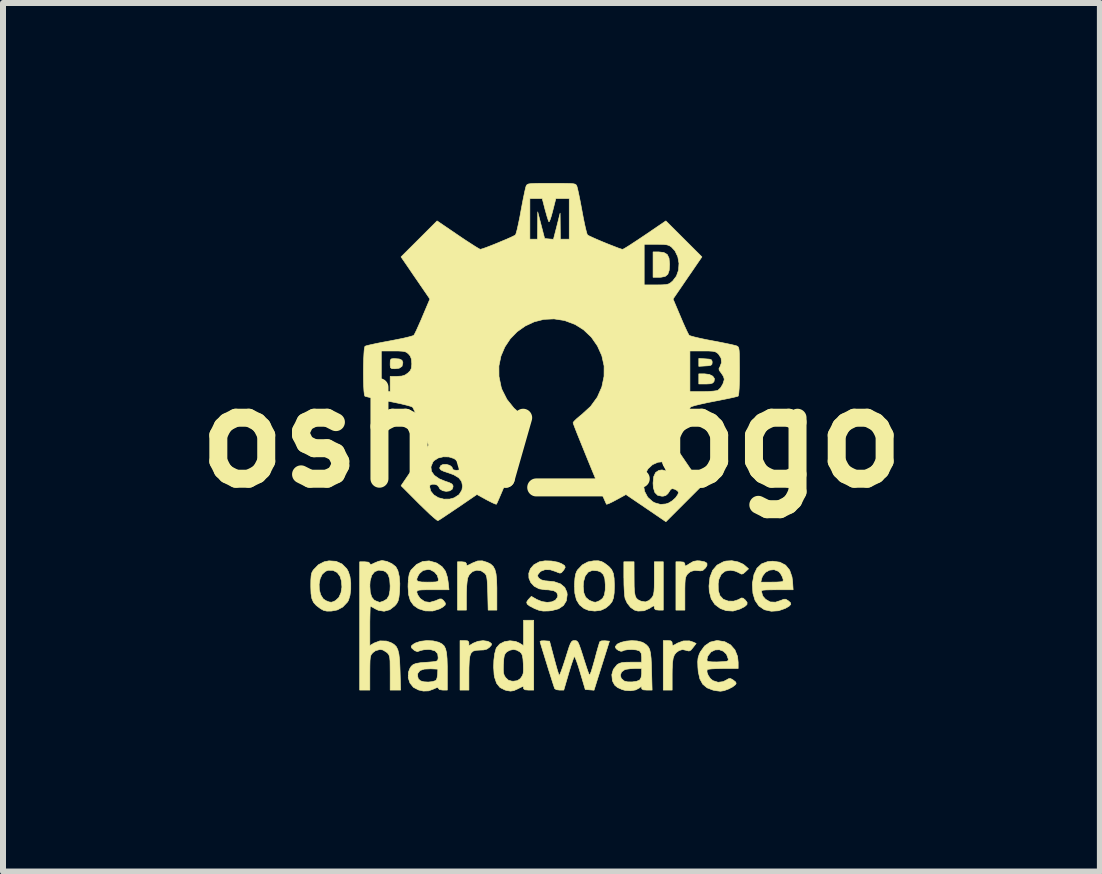
<source format=kicad_pcb>
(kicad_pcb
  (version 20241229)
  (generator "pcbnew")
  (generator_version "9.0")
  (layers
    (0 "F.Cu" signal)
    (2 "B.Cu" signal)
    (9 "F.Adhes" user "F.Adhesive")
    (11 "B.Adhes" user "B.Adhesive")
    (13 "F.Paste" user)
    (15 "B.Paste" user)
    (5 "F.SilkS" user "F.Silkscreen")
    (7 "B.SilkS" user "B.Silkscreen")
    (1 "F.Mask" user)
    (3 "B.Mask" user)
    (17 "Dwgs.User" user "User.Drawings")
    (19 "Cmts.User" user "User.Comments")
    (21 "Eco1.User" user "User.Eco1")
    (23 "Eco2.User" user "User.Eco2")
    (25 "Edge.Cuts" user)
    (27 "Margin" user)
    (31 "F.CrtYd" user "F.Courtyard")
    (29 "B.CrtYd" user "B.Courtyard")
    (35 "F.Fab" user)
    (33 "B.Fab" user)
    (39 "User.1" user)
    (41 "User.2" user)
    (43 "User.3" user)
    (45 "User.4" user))
  (footprint "oshw_logo"
    (layer "F.Cu")
    (at 6.14 4.238)
    (property "Reference" "oshw_logo" (at 0 0 0) (layer "F.SilkS") (effects (font (size 1.524 1.524) (thickness 0.3))))
    (attr through_hole)
    (fp_poly (pts (xy 2.566 -1.308) (xy 2.631 -1.303) (xy 2.664 -1.292) (xy 2.676 -1.271) (xy 2.678 -1.249) (xy 2.674 -1.218) (xy 2.656 -1.201) (xy 2.613 -1.193) (xy 2.566 -1.19) (xy 2.455 -1.183) (xy 2.455 -1.315) (xy 2.566 -1.308)) (stroke (width 0.01) (type solid)) (fill yes) (layer "F.SilkS"))
    (fp_poly (pts (xy 2.631 -1.048) (xy 2.688 -1.019) (xy 2.716 -0.978) (xy 2.709 -0.931) (xy 2.687 -0.906) (xy 2.648 -0.893) (xy 2.58 -0.889) (xy 2.571 -0.889) (xy 2.455 -0.889) (xy 2.455 -1.058) (xy 2.551 -1.058) (xy 2.631 -1.048)) (stroke (width 0.01) (type solid)) (fill yes) (layer "F.SilkS"))
    (fp_poly (pts (xy 1.873 -3.08) (xy 1.929 -3.047) (xy 1.959 -2.985) (xy 1.968 -2.89) (xy 1.968 -2.883) (xy 1.962 -2.784) (xy 1.939 -2.718) (xy 1.895 -2.682) (xy 1.825 -2.668) (xy 1.798 -2.667) (xy 1.693 -2.667) (xy 1.693 -3.09) (xy 1.789 -3.09) (xy 1.873 -3.08)) (stroke (width 0.01) (type solid)) (fill yes) (layer "F.SilkS"))
    (fp_poly (pts (xy -2.537 -1.306) (xy -2.492 -1.285) (xy -2.477 -1.247) (xy -2.477 -1.24) (xy -2.491 -1.183) (xy -2.538 -1.152) (xy -2.608 -1.143) (xy -2.659 -1.145) (xy -2.682 -1.16) (xy -2.688 -1.2) (xy -2.688 -1.228) (xy -2.686 -1.282) (xy -2.672 -1.306) (xy -2.636 -1.312) (xy -2.616 -1.312) (xy -2.537 -1.306)) (stroke (width 0.01) (type solid)) (fill yes) (layer "F.SilkS"))
    (fp_poly (pts (xy -1.399 3.391) (xy -1.379 3.409) (xy -1.376 3.431) (xy -1.376 3.475) (xy -1.305 3.431) (xy -1.226 3.399) (xy -1.14 3.388) (xy -1.062 3.399) (xy -1.025 3.417) (xy -0.999 3.44) (xy -1 3.46) (xy -1.029 3.494) (xy -1.032 3.497) (xy -1.076 3.529) (xy -1.132 3.543) (xy -1.188 3.545) (xy -1.255 3.549) (xy -1.304 3.562) (xy -1.338 3.592) (xy -1.359 3.643) (xy -1.37 3.722) (xy -1.375 3.833) (xy -1.376 3.929) (xy -1.376 4.212) (xy -1.524 4.212) (xy -1.524 3.387) (xy -1.45 3.387) (xy -1.399 3.391)) (stroke (width 0.01) (type solid)) (fill yes) (layer "F.SilkS"))
    (fp_poly (pts (xy 1.988 3.391) (xy 2.008 3.41) (xy 2.011 3.429) (xy 2.013 3.46) (xy 2.026 3.468) (xy 2.06 3.453) (xy 2.1 3.429) (xy 2.197 3.393) (xy 2.299 3.392) (xy 2.358 3.411) (xy 2.411 3.435) (xy 2.358 3.504) (xy 2.322 3.547) (xy 2.292 3.561) (xy 2.254 3.553) (xy 2.242 3.549) (xy 2.184 3.536) (xy 2.133 3.551) (xy 2.121 3.557) (xy 2.079 3.587) (xy 2.048 3.626) (xy 2.028 3.681) (xy 2.017 3.759) (xy 2.012 3.868) (xy 2.011 3.953) (xy 2.011 4.212) (xy 1.863 4.212) (xy 1.863 3.387) (xy 1.937 3.387) (xy 1.988 3.391)) (stroke (width 0.01) (type solid)) (fill yes) (layer "F.SilkS"))
    (fp_poly (pts (xy 2.473 2.059) (xy 2.551 2.074) (xy 2.59 2.097) (xy 2.592 2.133) (xy 2.568 2.175) (xy 2.523 2.217) (xy 2.484 2.225) (xy 2.388 2.217) (xy 2.318 2.236) (xy 2.271 2.274) (xy 2.251 2.3) (xy 2.238 2.329) (xy 2.229 2.369) (xy 2.225 2.428) (xy 2.223 2.515) (xy 2.223 2.605) (xy 2.223 2.879) (xy 2.074 2.879) (xy 2.074 2.074) (xy 2.148 2.074) (xy 2.2 2.079) (xy 2.22 2.098) (xy 2.223 2.116) (xy 2.225 2.14) (xy 2.239 2.142) (xy 2.274 2.122) (xy 2.302 2.104) (xy 2.366 2.067) (xy 2.428 2.057) (xy 2.473 2.059)) (stroke (width 0.01) (type solid)) (fill yes) (layer "F.SilkS"))
    (fp_poly (pts (xy -1.069 2.084) (xy -1.013 2.112) (xy -0.972 2.15) (xy -0.943 2.202) (xy -0.924 2.275) (xy -0.914 2.376) (xy -0.91 2.51) (xy -0.91 2.566) (xy -0.91 2.879) (xy -1.055 2.879) (xy -1.062 2.595) (xy -1.066 2.476) (xy -1.071 2.391) (xy -1.078 2.334) (xy -1.089 2.297) (xy -1.105 2.272) (xy -1.107 2.269) (xy -1.173 2.224) (xy -1.245 2.214) (xy -1.315 2.236) (xy -1.37 2.289) (xy -1.396 2.344) (xy -1.405 2.399) (xy -1.413 2.483) (xy -1.417 2.583) (xy -1.418 2.651) (xy -1.418 2.879) (xy -1.566 2.879) (xy -1.566 2.074) (xy -1.492 2.074) (xy -1.437 2.081) (xy -1.418 2.103) (xy -1.418 2.106) (xy -1.415 2.129) (xy -1.401 2.135) (xy -1.367 2.121) (xy -1.318 2.095) (xy -1.231 2.06) (xy -1.152 2.058) (xy -1.069 2.084)) (stroke (width 0.01) (type solid)) (fill yes) (layer "F.SilkS"))
    (fp_poly (pts (xy 1.377 2.355) (xy 1.378 2.482) (xy 1.383 2.573) (xy 1.394 2.636) (xy 1.412 2.678) (xy 1.441 2.706) (xy 1.482 2.726) (xy 1.491 2.73) (xy 1.565 2.743) (xy 1.627 2.718) (xy 1.672 2.673) (xy 1.69 2.646) (xy 1.702 2.613) (xy 1.709 2.566) (xy 1.713 2.496) (xy 1.714 2.395) (xy 1.714 2.347) (xy 1.714 2.074) (xy 1.863 2.074) (xy 1.863 2.879) (xy 1.789 2.879) (xy 1.737 2.874) (xy 1.717 2.855) (xy 1.714 2.837) (xy 1.712 2.813) (xy 1.698 2.81) (xy 1.663 2.83) (xy 1.637 2.848) (xy 1.542 2.89) (xy 1.442 2.895) (xy 1.386 2.88) (xy 1.319 2.834) (xy 1.261 2.761) (xy 1.227 2.686) (xy 1.219 2.638) (xy 1.213 2.557) (xy 1.208 2.457) (xy 1.207 2.347) (xy 1.206 2.344) (xy 1.206 2.074) (xy 1.376 2.074) (xy 1.377 2.355)) (stroke (width 0.01) (type solid)) (fill yes) (layer "F.SilkS"))
    (fp_poly (pts (xy 3.109 2.076) (xy 3.197 2.116) (xy 3.22 2.134) (xy 3.284 2.191) (xy 3.23 2.242) (xy 3.192 2.274) (xy 3.164 2.279) (xy 3.127 2.259) (xy 3.119 2.254) (xy 3.058 2.228) (xy 2.987 2.215) (xy 2.981 2.215) (xy 2.894 2.23) (xy 2.83 2.281) (xy 2.79 2.364) (xy 2.778 2.438) (xy 2.78 2.553) (xy 2.807 2.638) (xy 2.862 2.697) (xy 2.867 2.7) (xy 2.945 2.729) (xy 3.036 2.73) (xy 3.117 2.704) (xy 3.125 2.699) (xy 3.164 2.677) (xy 3.193 2.68) (xy 3.23 2.711) (xy 3.26 2.751) (xy 3.258 2.786) (xy 3.219 2.821) (xy 3.143 2.86) (xy 3.026 2.895) (xy 2.911 2.888) (xy 2.814 2.852) (xy 2.723 2.785) (xy 2.662 2.691) (xy 2.63 2.568) (xy 2.625 2.477) (xy 2.641 2.332) (xy 2.686 2.216) (xy 2.759 2.13) (xy 2.862 2.075) (xy 2.906 2.062) (xy 3.006 2.056) (xy 3.109 2.076)) (stroke (width 0.01) (type solid)) (fill yes) (layer "F.SilkS"))
    (fp_poly (pts (xy -3.59 2.066) (xy -3.49 2.111) (xy -3.411 2.191) (xy -3.385 2.238) (xy -3.358 2.321) (xy -3.345 2.424) (xy -3.345 2.533) (xy -3.358 2.635) (xy -3.383 2.717) (xy -3.399 2.744) (xy -3.479 2.828) (xy -3.571 2.877) (xy -3.666 2.895) (xy -3.743 2.896) (xy -3.799 2.883) (xy -3.85 2.854) (xy -3.92 2.801) (xy -3.966 2.749) (xy -3.993 2.687) (xy -4.007 2.604) (xy -4.011 2.491) (xy -4.011 2.477) (xy -4.011 2.447) (xy -3.872 2.447) (xy -3.869 2.539) (xy -3.846 2.624) (xy -3.804 2.691) (xy -3.761 2.721) (xy -3.705 2.743) (xy -3.668 2.748) (xy -3.629 2.736) (xy -3.6 2.721) (xy -3.544 2.67) (xy -3.508 2.591) (xy -3.492 2.496) (xy -3.5 2.394) (xy -3.522 2.319) (xy -3.57 2.253) (xy -3.64 2.217) (xy -3.72 2.215) (xy -3.765 2.232) (xy -3.821 2.282) (xy -3.856 2.357) (xy -3.872 2.447) (xy -4.011 2.447) (xy -4.01 2.376) (xy -4.005 2.307) (xy -3.995 2.259) (xy -3.977 2.224) (xy -3.967 2.209) (xy -3.884 2.123) (xy -3.788 2.074) (xy -3.708 2.058) (xy -3.59 2.066)) (stroke (width 0.01) (type solid)) (fill yes) (layer "F.SilkS"))
    (fp_poly (pts (xy 0.836 2.07) (xy 0.887 2.099) (xy 0.956 2.152) (xy 1.002 2.204) (xy 1.03 2.266) (xy 1.044 2.349) (xy 1.048 2.462) (xy 1.048 2.477) (xy 1.045 2.592) (xy 1.033 2.676) (xy 1.009 2.739) (xy 0.968 2.791) (xy 0.906 2.843) (xy 0.904 2.844) (xy 0.823 2.882) (xy 0.723 2.895) (xy 0.622 2.884) (xy 0.545 2.854) (xy 0.467 2.791) (xy 0.416 2.707) (xy 0.389 2.596) (xy 0.385 2.485) (xy 0.529 2.485) (xy 0.539 2.591) (xy 0.569 2.664) (xy 0.623 2.711) (xy 0.64 2.72) (xy 0.697 2.743) (xy 0.734 2.748) (xy 0.772 2.736) (xy 0.805 2.72) (xy 0.853 2.683) (xy 0.882 2.627) (xy 0.896 2.544) (xy 0.897 2.454) (xy 0.889 2.354) (xy 0.864 2.286) (xy 0.82 2.244) (xy 0.771 2.225) (xy 0.682 2.217) (xy 0.612 2.246) (xy 0.562 2.31) (xy 0.534 2.407) (xy 0.529 2.485) (xy 0.385 2.485) (xy 0.384 2.455) (xy 0.384 2.446) (xy 0.391 2.346) (xy 0.403 2.278) (xy 0.422 2.23) (xy 0.435 2.209) (xy 0.515 2.125) (xy 0.607 2.076) (xy 0.703 2.058) (xy 0.78 2.057) (xy 0.836 2.07)) (stroke (width 0.01) (type solid)) (fill yes) (layer "F.SilkS"))
    (fp_poly (pts (xy -0.001 2.061) (xy 0.103 2.08) (xy 0.167 2.105) (xy 0.217 2.136) (xy 0.229 2.165) (xy 0.207 2.207) (xy 0.193 2.225) (xy 0.165 2.256) (xy 0.14 2.263) (xy 0.101 2.25) (xy 0.076 2.238) (xy -0.019 2.207) (xy -0.107 2.205) (xy -0.176 2.231) (xy -0.191 2.244) (xy -0.222 2.281) (xy -0.233 2.306) (xy -0.214 2.345) (xy -0.165 2.377) (xy -0.1 2.392) (xy -0.088 2.392) (xy 0.046 2.406) (xy 0.15 2.442) (xy 0.221 2.501) (xy 0.257 2.581) (xy 0.262 2.62) (xy 0.248 2.724) (xy 0.2 2.802) (xy 0.119 2.857) (xy 0.002 2.888) (xy -0.05 2.893) (xy -0.138 2.895) (xy -0.209 2.882) (xy -0.285 2.852) (xy -0.288 2.85) (xy -0.365 2.81) (xy -0.405 2.778) (xy -0.413 2.746) (xy -0.391 2.71) (xy -0.382 2.699) (xy -0.335 2.65) (xy -0.247 2.701) (xy -0.159 2.737) (xy -0.071 2.75) (xy 0.007 2.741) (xy 0.067 2.712) (xy 0.101 2.664) (xy 0.106 2.634) (xy 0.088 2.586) (xy 0.035 2.555) (xy -0.055 2.541) (xy -0.102 2.54) (xy -0.207 2.524) (xy -0.288 2.481) (xy -0.345 2.419) (xy -0.376 2.345) (xy -0.378 2.266) (xy -0.351 2.19) (xy -0.294 2.124) (xy -0.204 2.075) (xy -0.197 2.073) (xy -0.108 2.058) (xy -0.001 2.061)) (stroke (width 0.01) (type solid)) (fill yes) (layer "F.SilkS"))
    (fp_poly (pts (xy 3.807 2.081) (xy 3.901 2.13) (xy 3.969 2.213) (xy 4.008 2.326) (xy 4.018 2.403) (xy 4.027 2.54) (xy 3.757 2.54) (xy 3.646 2.541) (xy 3.571 2.543) (xy 3.525 2.547) (xy 3.503 2.555) (xy 3.499 2.567) (xy 3.501 2.573) (xy 3.512 2.614) (xy 3.514 2.627) (xy 3.528 2.654) (xy 3.563 2.693) (xy 3.57 2.7) (xy 3.645 2.743) (xy 3.734 2.747) (xy 3.822 2.718) (xy 3.871 2.698) (xy 3.905 2.698) (xy 3.943 2.722) (xy 3.946 2.723) (xy 3.983 2.756) (xy 3.988 2.784) (xy 3.959 2.814) (xy 3.895 2.851) (xy 3.784 2.89) (xy 3.664 2.898) (xy 3.553 2.874) (xy 3.544 2.87) (xy 3.456 2.81) (xy 3.393 2.718) (xy 3.357 2.599) (xy 3.348 2.456) (xy 3.35 2.423) (xy 3.352 2.413) (xy 3.488 2.413) (xy 3.667 2.413) (xy 3.75 2.412) (xy 3.815 2.408) (xy 3.853 2.403) (xy 3.858 2.401) (xy 3.862 2.371) (xy 3.846 2.323) (xy 3.818 2.272) (xy 3.785 2.235) (xy 3.782 2.233) (xy 3.71 2.205) (xy 3.634 2.213) (xy 3.566 2.25) (xy 3.517 2.313) (xy 3.502 2.355) (xy 3.488 2.413) (xy 3.352 2.413) (xy 3.375 2.285) (xy 3.425 2.18) (xy 3.501 2.109) (xy 3.603 2.071) (xy 3.687 2.064) (xy 3.807 2.081)) (stroke (width 0.01) (type solid)) (fill yes) (layer "F.SilkS"))
    (fp_poly (pts (xy -0.296 4.212) (xy -0.381 4.212) (xy -0.44 4.207) (xy -0.464 4.19) (xy -0.466 4.18) (xy -0.467 4.158) (xy -0.476 4.152) (xy -0.503 4.162) (xy -0.558 4.189) (xy -0.561 4.191) (xy -0.628 4.221) (xy -0.682 4.229) (xy -0.745 4.219) (xy -0.774 4.211) (xy -0.857 4.169) (xy -0.914 4.099) (xy -0.949 3.997) (xy -0.956 3.953) (xy -0.961 3.869) (xy -0.803 3.869) (xy -0.799 3.927) (xy -0.787 3.968) (xy -0.765 4.003) (xy -0.762 4.006) (xy -0.717 4.048) (xy -0.66 4.063) (xy -0.635 4.064) (xy -0.569 4.055) (xy -0.522 4.023) (xy -0.508 4.006) (xy -0.484 3.97) (xy -0.471 3.931) (xy -0.467 3.874) (xy -0.469 3.789) (xy -0.469 3.781) (xy -0.475 3.694) (xy -0.484 3.639) (xy -0.499 3.603) (xy -0.525 3.577) (xy -0.526 3.575) (xy -0.583 3.545) (xy -0.635 3.535) (xy -0.695 3.548) (xy -0.744 3.575) (xy -0.769 3.601) (xy -0.786 3.636) (xy -0.795 3.691) (xy -0.8 3.775) (xy -0.801 3.781) (xy -0.803 3.869) (xy -0.961 3.869) (xy -0.964 3.834) (xy -0.96 3.713) (xy -0.946 3.604) (xy -0.923 3.52) (xy -0.917 3.507) (xy -0.863 3.445) (xy -0.784 3.405) (xy -0.692 3.39) (xy -0.598 3.401) (xy -0.534 3.429) (xy -0.466 3.471) (xy -0.466 3.048) (xy -0.296 3.048) (xy -0.296 4.212)) (stroke (width 0.01) (type solid)) (fill yes) (layer "F.SilkS"))
    (fp_poly (pts (xy -1.926 2.09) (xy -1.905 2.099) (xy -1.823 2.156) (xy -1.767 2.231) (xy -1.734 2.332) (xy -1.722 2.41) (xy -1.708 2.54) (xy -1.976 2.54) (xy -2.087 2.54) (xy -2.161 2.542) (xy -2.208 2.546) (xy -2.232 2.554) (xy -2.242 2.567) (xy -2.244 2.584) (xy -2.229 2.626) (xy -2.194 2.677) (xy -2.182 2.69) (xy -2.11 2.739) (xy -2.028 2.75) (xy -1.932 2.723) (xy -1.916 2.716) (xy -1.866 2.694) (xy -1.835 2.693) (xy -1.807 2.713) (xy -1.796 2.724) (xy -1.768 2.762) (xy -1.771 2.794) (xy -1.809 2.827) (xy -1.863 2.858) (xy -1.979 2.894) (xy -2.102 2.892) (xy -2.216 2.856) (xy -2.296 2.801) (xy -2.351 2.724) (xy -2.381 2.622) (xy -2.39 2.489) (xy -2.389 2.446) (xy -2.385 2.384) (xy -2.244 2.384) (xy -2.218 2.402) (xy -2.161 2.411) (xy -2.067 2.413) (xy -2.064 2.413) (xy -1.977 2.412) (xy -1.923 2.409) (xy -1.896 2.401) (xy -1.885 2.385) (xy -1.884 2.363) (xy -1.903 2.299) (xy -1.951 2.243) (xy -2.016 2.208) (xy -2.057 2.202) (xy -2.139 2.218) (xy -2.198 2.268) (xy -2.219 2.3) (xy -2.242 2.351) (xy -2.244 2.384) (xy -2.385 2.384) (xy -2.382 2.346) (xy -2.37 2.278) (xy -2.351 2.23) (xy -2.338 2.209) (xy -2.249 2.119) (xy -2.148 2.069) (xy -2.039 2.059) (xy -1.926 2.09)) (stroke (width 0.01) (type solid)) (fill yes) (layer "F.SilkS"))
    (fp_poly (pts (xy 2.888 3.406) (xy 2.985 3.459) (xy 3.057 3.542) (xy 3.101 3.651) (xy 3.111 3.75) (xy 3.111 3.852) (xy 2.859 3.852) (xy 2.76 3.854) (xy 2.677 3.858) (xy 2.619 3.864) (xy 2.594 3.871) (xy 2.591 3.911) (xy 2.611 3.965) (xy 2.646 4.018) (xy 2.689 4.054) (xy 2.689 4.054) (xy 2.777 4.082) (xy 2.861 4.071) (xy 2.91 4.046) (xy 2.955 4.021) (xy 2.986 4.02) (xy 3.025 4.042) (xy 3.033 4.048) (xy 3.071 4.079) (xy 3.077 4.103) (xy 3.065 4.122) (xy 3.018 4.159) (xy 2.948 4.195) (xy 2.874 4.222) (xy 2.815 4.231) (xy 2.756 4.224) (xy 2.694 4.213) (xy 2.594 4.175) (xy 2.521 4.114) (xy 2.473 4.026) (xy 2.446 3.905) (xy 2.44 3.831) (xy 2.437 3.741) (xy 2.44 3.704) (xy 2.591 3.704) (xy 2.595 3.728) (xy 2.62 3.737) (xy 2.677 3.742) (xy 2.755 3.743) (xy 2.78 3.742) (xy 2.865 3.738) (xy 2.916 3.733) (xy 2.941 3.723) (xy 2.947 3.706) (xy 2.946 3.694) (xy 2.917 3.615) (xy 2.864 3.564) (xy 2.796 3.539) (xy 2.725 3.543) (xy 2.659 3.576) (xy 2.609 3.64) (xy 2.601 3.658) (xy 2.591 3.704) (xy 2.44 3.704) (xy 2.443 3.676) (xy 2.46 3.621) (xy 2.48 3.577) (xy 2.552 3.477) (xy 2.643 3.413) (xy 2.752 3.387) (xy 2.771 3.387) (xy 2.888 3.406)) (stroke (width 0.01) (type solid)) (fill yes) (layer "F.SilkS"))
    (fp_poly (pts (xy -1.973 3.392) (xy -1.881 3.414) (xy -1.874 3.417) (xy -1.826 3.442) (xy -1.79 3.475) (xy -1.765 3.523) (xy -1.749 3.591) (xy -1.74 3.687) (xy -1.736 3.815) (xy -1.736 3.894) (xy -1.736 4.212) (xy -1.81 4.212) (xy -1.866 4.204) (xy -1.884 4.183) (xy -1.892 4.168) (xy -1.921 4.174) (xy -1.962 4.193) (xy -2.048 4.225) (xy -2.135 4.228) (xy -2.215 4.21) (xy -2.3 4.166) (xy -2.358 4.095) (xy -2.387 4.007) (xy -2.385 3.969) (xy -2.233 3.969) (xy -2.219 4.026) (xy -2.18 4.059) (xy -2.126 4.074) (xy -2.054 4.078) (xy -1.984 4.071) (xy -1.932 4.054) (xy -1.922 4.047) (xy -1.907 4.012) (xy -1.898 3.956) (xy -1.897 3.944) (xy -1.894 3.863) (xy -2.011 3.857) (xy -2.119 3.862) (xy -2.191 3.886) (xy -2.227 3.932) (xy -2.233 3.969) (xy -2.385 3.969) (xy -2.383 3.913) (xy -2.361 3.854) (xy -2.336 3.814) (xy -2.303 3.786) (xy -2.255 3.768) (xy -2.183 3.756) (xy -2.076 3.748) (xy -2.074 3.748) (xy -1.987 3.741) (xy -1.934 3.735) (xy -1.905 3.724) (xy -1.893 3.705) (xy -1.888 3.677) (xy -1.888 3.676) (xy -1.896 3.606) (xy -1.939 3.559) (xy -2.016 3.537) (xy -2.057 3.535) (xy -2.126 3.54) (xy -2.183 3.552) (xy -2.199 3.559) (xy -2.235 3.571) (xy -2.275 3.556) (xy -2.293 3.543) (xy -2.332 3.508) (xy -2.337 3.479) (xy -2.304 3.449) (xy -2.264 3.426) (xy -2.182 3.399) (xy -2.079 3.387) (xy -1.973 3.392)) (stroke (width 0.01) (type solid)) (fill yes) (layer "F.SilkS"))
    (fp_poly (pts (xy 1.428 3.393) (xy 1.508 3.413) (xy 1.539 3.428) (xy 1.582 3.458) (xy 1.613 3.491) (xy 1.636 3.534) (xy 1.65 3.596) (xy 1.66 3.681) (xy 1.666 3.798) (xy 1.668 3.889) (xy 1.677 4.212) (xy 1.59 4.212) (xy 1.532 4.208) (xy 1.506 4.193) (xy 1.503 4.177) (xy 1.5 4.154) (xy 1.483 4.161) (xy 1.465 4.176) (xy 1.403 4.209) (xy 1.319 4.223) (xy 1.229 4.217) (xy 1.18 4.204) (xy 1.103 4.17) (xy 1.055 4.131) (xy 1.024 4.075) (xy 1.015 4.052) (xy 1.006 3.962) (xy 1.148 3.962) (xy 1.162 4.016) (xy 1.211 4.06) (xy 1.212 4.061) (xy 1.27 4.075) (xy 1.344 4.076) (xy 1.417 4.066) (xy 1.469 4.045) (xy 1.471 4.043) (xy 1.493 4.004) (xy 1.503 3.942) (xy 1.503 3.934) (xy 1.503 3.852) (xy 1.388 3.852) (xy 1.312 3.856) (xy 1.246 3.865) (xy 1.221 3.872) (xy 1.168 3.91) (xy 1.148 3.962) (xy 1.006 3.962) (xy 1.005 3.958) (xy 1.031 3.867) (xy 1.09 3.793) (xy 1.094 3.789) (xy 1.13 3.767) (xy 1.176 3.754) (xy 1.244 3.748) (xy 1.326 3.747) (xy 1.503 3.747) (xy 1.503 3.663) (xy 1.495 3.598) (xy 1.47 3.562) (xy 1.462 3.557) (xy 1.412 3.542) (xy 1.344 3.536) (xy 1.272 3.538) (xy 1.215 3.547) (xy 1.191 3.559) (xy 1.159 3.566) (xy 1.116 3.551) (xy 1.078 3.523) (xy 1.063 3.492) (xy 1.064 3.486) (xy 1.096 3.446) (xy 1.16 3.416) (xy 1.244 3.396) (xy 1.337 3.388) (xy 1.428 3.393)) (stroke (width 0.01) (type solid)) (fill yes) (layer "F.SilkS"))
    (fp_poly (pts (xy 0.408 3.388) (xy 0.427 3.398) (xy 0.445 3.421) (xy 0.464 3.465) (xy 0.489 3.535) (xy 0.522 3.637) (xy 0.531 3.667) (xy 0.564 3.77) (xy 0.593 3.858) (xy 0.616 3.924) (xy 0.631 3.96) (xy 0.633 3.963) (xy 0.643 3.95) (xy 0.662 3.903) (xy 0.685 3.828) (xy 0.712 3.733) (xy 0.721 3.702) (xy 0.748 3.599) (xy 0.773 3.51) (xy 0.793 3.443) (xy 0.805 3.408) (xy 0.806 3.405) (xy 0.834 3.392) (xy 0.885 3.39) (xy 0.893 3.39) (xy 0.966 3.397) (xy 0.709 4.214) (xy 0.636 4.208) (xy 0.563 4.202) (xy 0.48 3.922) (xy 0.449 3.821) (xy 0.421 3.738) (xy 0.398 3.679) (xy 0.384 3.652) (xy 0.382 3.651) (xy 0.371 3.673) (xy 0.351 3.729) (xy 0.324 3.81) (xy 0.294 3.908) (xy 0.286 3.936) (xy 0.205 4.212) (xy 0.134 4.212) (xy 0.083 4.205) (xy 0.054 4.188) (xy 0.053 4.186) (xy 0.037 4.139) (xy 0.013 4.065) (xy -0.016 3.972) (xy -0.05 3.866) (xy -0.084 3.755) (xy -0.117 3.648) (xy -0.147 3.551) (xy -0.171 3.472) (xy -0.186 3.42) (xy -0.191 3.402) (xy -0.172 3.392) (xy -0.126 3.39) (xy -0.111 3.391) (xy -0.032 3.397) (xy 0.042 3.676) (xy 0.07 3.779) (xy 0.095 3.867) (xy 0.115 3.931) (xy 0.127 3.965) (xy 0.129 3.967) (xy 0.139 3.953) (xy 0.159 3.904) (xy 0.186 3.829) (xy 0.218 3.733) (xy 0.234 3.683) (xy 0.27 3.568) (xy 0.296 3.487) (xy 0.317 3.435) (xy 0.335 3.405) (xy 0.353 3.391) (xy 0.374 3.387) (xy 0.384 3.387) (xy 0.408 3.388)) (stroke (width 0.01) (type solid)) (fill yes) (layer "F.SilkS"))
    (fp_poly (pts (xy -2.742 2.068) (xy -2.659 2.106) (xy -2.595 2.156) (xy -2.56 2.22) (xy -2.537 2.317) (xy -2.527 2.437) (xy -2.531 2.573) (xy -2.532 2.58) (xy -2.542 2.667) (xy -2.556 2.726) (xy -2.579 2.77) (xy -2.612 2.809) (xy -2.695 2.873) (xy -2.789 2.898) (xy -2.886 2.882) (xy -2.932 2.86) (xy -2.981 2.832) (xy -3.013 2.816) (xy -3.017 2.815) (xy -3.021 2.835) (xy -3.023 2.89) (xy -3.025 2.973) (xy -3.027 3.077) (xy -3.027 3.143) (xy -3.027 3.471) (xy -2.958 3.429) (xy -2.859 3.392) (xy -2.752 3.395) (xy -2.675 3.421) (xy -2.625 3.45) (xy -2.587 3.487) (xy -2.561 3.538) (xy -2.543 3.61) (xy -2.531 3.709) (xy -2.525 3.841) (xy -2.523 3.9) (xy -2.514 4.212) (xy -2.688 4.212) (xy -2.688 3.925) (xy -2.689 3.81) (xy -2.69 3.729) (xy -2.695 3.674) (xy -2.704 3.638) (xy -2.717 3.612) (xy -2.737 3.59) (xy -2.74 3.587) (xy -2.808 3.544) (xy -2.857 3.535) (xy -2.932 3.555) (xy -2.975 3.587) (xy -2.996 3.61) (xy -3.01 3.634) (xy -3.019 3.669) (xy -3.024 3.721) (xy -3.026 3.799) (xy -3.027 3.91) (xy -3.027 3.925) (xy -3.027 4.212) (xy -3.196 4.212) (xy -3.196 2.47) (xy -3.027 2.47) (xy -3.02 2.583) (xy -2.996 2.662) (xy -2.955 2.712) (xy -2.923 2.728) (xy -2.882 2.743) (xy -2.866 2.75) (xy -2.847 2.745) (xy -2.804 2.731) (xy -2.8 2.729) (xy -2.744 2.696) (xy -2.708 2.638) (xy -2.691 2.55) (xy -2.688 2.477) (xy -2.696 2.366) (xy -2.72 2.289) (xy -2.763 2.241) (xy -2.798 2.224) (xy -2.88 2.213) (xy -2.947 2.239) (xy -2.995 2.299) (xy -3.022 2.392) (xy -3.027 2.47) (xy -3.196 2.47) (xy -3.196 2.074) (xy -3.111 2.074) (xy -3.051 2.08) (xy -3.027 2.099) (xy -3.027 2.104) (xy -3.019 2.119) (xy -2.99 2.113) (xy -2.948 2.093) (xy -2.886 2.067) (xy -2.83 2.054) (xy -2.821 2.053) (xy -2.742 2.068)) (stroke (width 0.01) (type solid)) (fill yes) (layer "F.SilkS"))
    (fp_poly (pts (xy 0.14 -4.233) (xy 0.243 -4.232) (xy 0.316 -4.23) (xy 0.364 -4.226) (xy 0.394 -4.219) (xy 0.41 -4.208) (xy 0.419 -4.194) (xy 0.423 -4.186) (xy 0.433 -4.15) (xy 0.449 -4.08) (xy 0.469 -3.984) (xy 0.491 -3.87) (xy 0.51 -3.768) (xy 0.533 -3.646) (xy 0.555 -3.539) (xy 0.575 -3.453) (xy 0.591 -3.395) (xy 0.6 -3.373) (xy 0.628 -3.357) (xy 0.686 -3.33) (xy 0.765 -3.295) (xy 0.857 -3.256) (xy 0.953 -3.217) (xy 1.043 -3.182) (xy 1.118 -3.153) (xy 1.169 -3.136) (xy 1.186 -3.133) (xy 1.21 -3.144) (xy 1.263 -3.176) (xy 1.328 -3.217) (xy 1.545 -3.217) (xy 1.545 -2.54) (xy 1.746 -2.54) (xy 1.84 -2.541) (xy 1.903 -2.545) (xy 1.946 -2.554) (xy 1.98 -2.572) (xy 2.015 -2.601) (xy 2.019 -2.604) (xy 2.082 -2.686) (xy 2.118 -2.788) (xy 2.125 -2.9) (xy 2.105 -3.01) (xy 2.058 -3.108) (xy 1.998 -3.173) (xy 1.964 -3.195) (xy 1.924 -3.208) (xy 1.865 -3.215) (xy 1.779 -3.217) (xy 1.743 -3.217) (xy 1.545 -3.217) (xy 1.328 -3.217) (xy 1.339 -3.225) (xy 1.434 -3.287) (xy 1.54 -3.358) (xy 1.558 -3.37) (xy 1.906 -3.607) (xy 2.507 -3.007) (xy 2.401 -2.853) (xy 2.342 -2.766) (xy 2.27 -2.662) (xy 2.197 -2.555) (xy 2.161 -2.502) (xy 2.026 -2.305) (xy 2.149 -2.015) (xy 2.193 -1.911) (xy 2.234 -1.82) (xy 2.267 -1.75) (xy 2.289 -1.708) (xy 2.294 -1.7) (xy 2.322 -1.689) (xy 2.384 -1.672) (xy 2.473 -1.651) (xy 2.582 -1.628) (xy 2.678 -1.61) (xy 2.799 -1.587) (xy 2.909 -1.565) (xy 2.999 -1.546) (xy 3.061 -1.531) (xy 3.085 -1.524) (xy 3.102 -1.516) (xy 3.114 -1.503) (xy 3.122 -1.48) (xy 3.128 -1.441) (xy 3.131 -1.38) (xy 3.132 -1.291) (xy 3.133 -1.169) (xy 3.133 -1.102) (xy 3.132 -0.941) (xy 3.128 -0.82) (xy 3.122 -0.738) (xy 3.114 -0.694) (xy 3.109 -0.686) (xy 3.081 -0.678) (xy 3.019 -0.663) (xy 2.93 -0.644) (xy 2.82 -0.622) (xy 2.714 -0.601) (xy 2.592 -0.577) (xy 2.484 -0.553) (xy 2.397 -0.532) (xy 2.338 -0.514) (xy 2.316 -0.504) (xy 2.299 -0.475) (xy 2.27 -0.415) (xy 2.233 -0.33) (xy 2.191 -0.229) (xy 2.168 -0.173) (xy 2.047 0.13) (xy 2.277 0.468) (xy 2.507 0.806) (xy 1.907 1.406) (xy 1.574 1.179) (xy 1.241 0.953) (xy 1.084 1.039) (xy 1.012 1.077) (xy 0.955 1.104) (xy 0.921 1.115) (xy 0.917 1.115) (xy 0.906 1.092) (xy 0.881 1.036) (xy 0.844 0.951) (xy 0.799 0.844) (xy 0.775 0.785) (xy 1.531 0.785) (xy 1.552 0.901) (xy 1.604 0.999) (xy 1.686 1.072) (xy 1.724 1.092) (xy 1.817 1.118) (xy 1.906 1.11) (xy 1.955 1.093) (xy 2.015 1.056) (xy 2.07 1.005) (xy 2.107 0.951) (xy 2.117 0.917) (xy 2.099 0.89) (xy 2.058 0.866) (xy 2.013 0.854) (xy 1.987 0.868) (xy 1.979 0.879) (xy 1.939 0.939) (xy 1.904 0.969) (xy 1.863 0.98) (xy 1.841 0.981) (xy 1.77 0.966) (xy 1.723 0.919) (xy 1.698 0.839) (xy 1.693 0.762) (xy 1.703 0.657) (xy 1.735 0.587) (xy 1.789 0.551) (xy 1.842 0.543) (xy 1.913 0.56) (xy 1.956 0.596) (xy 1.999 0.634) (xy 2.044 0.638) (xy 2.053 0.636) (xy 2.1 0.611) (xy 2.108 0.571) (xy 2.077 0.516) (xy 2.053 0.49) (xy 1.967 0.43) (xy 1.871 0.406) (xy 1.774 0.415) (xy 1.684 0.455) (xy 1.609 0.524) (xy 1.557 0.618) (xy 1.545 0.656) (xy 1.531 0.785) (xy 0.775 0.785) (xy 0.748 0.72) (xy 0.691 0.584) (xy 0.633 0.443) (xy 0.575 0.301) (xy 0.52 0.165) (xy 0.469 0.039) (xy 0.425 -0.07) (xy 0.391 -0.157) (xy 0.369 -0.216) (xy 0.36 -0.243) (xy 0.36 -0.243) (xy 0.376 -0.267) (xy 0.418 -0.308) (xy 0.478 -0.359) (xy 0.501 -0.377) (xy 0.652 -0.515) (xy 0.764 -0.669) (xy 0.839 -0.839) (xy 0.876 -1.016) (xy 0.877 -1.189) (xy 0.839 -1.361) (xy 0.804 -1.439) (xy 2.307 -1.439) (xy 2.307 -0.762) (xy 2.52 -0.762) (xy 2.615 -0.764) (xy 2.697 -0.77) (xy 2.755 -0.778) (xy 2.774 -0.784) (xy 2.818 -0.825) (xy 2.856 -0.888) (xy 2.877 -0.954) (xy 2.879 -0.971) (xy 2.866 -1.015) (xy 2.833 -1.066) (xy 2.828 -1.073) (xy 2.796 -1.116) (xy 2.791 -1.145) (xy 2.807 -1.174) (xy 2.834 -1.245) (xy 2.826 -1.321) (xy 2.784 -1.387) (xy 2.757 -1.411) (xy 2.728 -1.426) (xy 2.685 -1.435) (xy 2.621 -1.439) (xy 2.524 -1.439) (xy 2.307 -1.439) (xy 0.804 -1.439) (xy 0.766 -1.523) (xy 0.664 -1.67) (xy 0.534 -1.793) (xy 0.394 -1.881) (xy 0.218 -1.947) (xy 0.043 -1.974) (xy -0.127 -1.966) (xy -0.288 -1.925) (xy -0.438 -1.855) (xy -0.572 -1.76) (xy -0.686 -1.643) (xy -0.777 -1.506) (xy -0.842 -1.354) (xy -0.876 -1.189) (xy -0.875 -1.015) (xy -0.838 -0.835) (xy -0.823 -0.792) (xy -0.742 -0.632) (xy -0.625 -0.486) (xy -0.501 -0.377) (xy -0.436 -0.325) (xy -0.387 -0.279) (xy -0.362 -0.249) (xy -0.36 -0.243) (xy -0.368 -0.219) (xy -0.389 -0.161) (xy -0.423 -0.075) (xy -0.466 0.033) (xy -0.517 0.157) (xy -0.572 0.293) (xy -0.63 0.435) (xy -0.688 0.576) (xy -0.744 0.712) (xy -0.796 0.837) (xy -0.842 0.945) (xy -0.879 1.031) (xy -0.905 1.09) (xy -0.917 1.114) (xy -0.917 1.115) (xy -0.939 1.11) (xy -0.989 1.088) (xy -1.056 1.054) (xy -1.085 1.039) (xy -1.242 0.952) (xy -1.555 1.166) (xy -1.658 1.235) (xy -1.749 1.296) (xy -1.822 1.345) (xy -1.872 1.377) (xy -1.892 1.388) (xy -1.914 1.377) (xy -1.96 1.339) (xy -2.026 1.281) (xy -2.106 1.204) (xy -2.197 1.116) (xy -2.211 1.102) (xy -2.496 0.816) (xy -2.032 0.816) (xy -2.013 0.895) (xy -1.961 0.959) (xy -1.885 1.006) (xy -1.794 1.03) (xy -1.696 1.029) (xy -1.621 1.008) (xy -1.54 0.955) (xy -1.493 0.88) (xy -1.482 0.813) (xy -1.497 0.736) (xy -1.545 0.674) (xy -1.628 0.624) (xy -1.716 0.592) (xy -1.795 0.566) (xy -1.841 0.544) (xy -1.86 0.521) (xy -1.863 0.508) (xy -1.843 0.469) (xy -1.808 0.453) (xy -1.75 0.451) (xy -1.695 0.467) (xy -1.658 0.497) (xy -1.651 0.518) (xy -1.636 0.542) (xy -1.586 0.55) (xy -1.577 0.55) (xy -1.521 0.54) (xy -1.502 0.508) (xy -1.519 0.456) (xy -1.557 0.405) (xy -1.624 0.353) (xy -1.71 0.326) (xy -1.803 0.324) (xy -1.89 0.345) (xy -1.959 0.39) (xy -1.977 0.413) (xy -2.009 0.492) (xy -2 0.567) (xy -1.952 0.634) (xy -1.868 0.692) (xy -1.775 0.73) (xy -1.702 0.755) (xy -1.661 0.776) (xy -1.643 0.8) (xy -1.64 0.824) (xy -1.657 0.868) (xy -1.7 0.893) (xy -1.756 0.9) (xy -1.813 0.889) (xy -1.859 0.86) (xy -1.878 0.825) (xy -1.902 0.797) (xy -1.945 0.782) (xy -1.991 0.782) (xy -2.024 0.797) (xy -2.032 0.816) (xy -2.496 0.816) (xy -2.506 0.806) (xy -2.047 0.13) (xy -2.168 -0.173) (xy -2.212 -0.28) (xy -2.252 -0.374) (xy -2.286 -0.448) (xy -2.309 -0.494) (xy -2.316 -0.504) (xy -2.344 -0.516) (xy -2.407 -0.534) (xy -2.497 -0.556) (xy -2.608 -0.58) (xy -2.714 -0.601) (xy -2.835 -0.625) (xy -2.942 -0.647) (xy -3.029 -0.665) (xy -3.087 -0.679) (xy -3.109 -0.686) (xy -3.118 -0.712) (xy -3.125 -0.773) (xy -3.13 -0.859) (xy -3.133 -0.963) (xy -3.134 -1.077) (xy -3.133 -1.193) (xy -3.13 -1.303) (xy -3.125 -1.398) (xy -3.122 -1.439) (xy -2.836 -1.439) (xy -2.836 -0.762) (xy -2.688 -0.762) (xy -2.688 -1.016) (xy -2.573 -1.016) (xy -2.495 -1.021) (xy -2.439 -1.039) (xy -2.393 -1.071) (xy -2.353 -1.111) (xy -2.334 -1.153) (xy -2.328 -1.217) (xy -2.328 -1.231) (xy -2.334 -1.305) (xy -2.354 -1.356) (xy -2.38 -1.387) (xy -2.408 -1.412) (xy -2.439 -1.427) (xy -2.483 -1.435) (xy -2.55 -1.439) (xy -2.634 -1.439) (xy -2.836 -1.439) (xy -3.122 -1.439) (xy -3.119 -1.47) (xy -3.11 -1.512) (xy -3.106 -1.518) (xy -3.078 -1.528) (xy -3.015 -1.543) (xy -2.924 -1.563) (xy -2.813 -1.585) (xy -2.699 -1.606) (xy -2.576 -1.63) (xy -2.467 -1.652) (xy -2.379 -1.673) (xy -2.319 -1.69) (xy -2.294 -1.7) (xy -2.278 -1.728) (xy -2.249 -1.787) (xy -2.212 -1.87) (xy -2.168 -1.969) (xy -2.149 -2.015) (xy -2.026 -2.305) (xy -2.161 -2.502) (xy -2.23 -2.603) (xy -2.304 -2.71) (xy -2.371 -2.809) (xy -2.401 -2.853) (xy -2.507 -3.007) (xy -2.206 -3.307) (xy -1.906 -3.607) (xy -1.558 -3.37) (xy -1.45 -3.297) (xy -1.353 -3.234) (xy -1.274 -3.183) (xy -1.216 -3.148) (xy -1.187 -3.133) (xy -1.186 -3.133) (xy -1.155 -3.141) (xy -1.094 -3.162) (xy -1.013 -3.193) (xy -0.92 -3.23) (xy -0.825 -3.27) (xy -0.736 -3.307) (xy -0.663 -3.34) (xy -0.615 -3.364) (xy -0.6 -3.373) (xy -0.589 -3.401) (xy -0.572 -3.463) (xy -0.552 -3.553) (xy -0.529 -3.663) (xy -0.51 -3.768) (xy -0.487 -3.891) (xy -0.47 -3.979) (xy -0.36 -3.979) (xy -0.36 -3.302) (xy -0.233 -3.302) (xy -0.231 -3.53) (xy -0.229 -3.757) (xy -0.114 -3.313) (xy -0.041 -3.306) (xy 0.033 -3.3) (xy 0.089 -3.518) (xy 0.144 -3.736) (xy 0.146 -3.519) (xy 0.148 -3.302) (xy 0.296 -3.302) (xy 0.296 -3.979) (xy 0.073 -3.979) (xy 0.022 -3.778) (xy -0.000499 -3.694) (xy -0.021 -3.631) (xy -0.036 -3.596) (xy -0.043 -3.592) (xy -0.054 -3.619) (xy -0.073 -3.677) (xy -0.095 -3.755) (xy -0.106 -3.794) (xy -0.154 -3.979) (xy -0.257 -3.979) (xy -0.36 -3.979) (xy -0.47 -3.979) (xy -0.465 -4.002) (xy -0.446 -4.094) (xy -0.431 -4.159) (xy -0.423 -4.186) (xy -0.415 -4.202) (xy -0.402 -4.214) (xy -0.38 -4.223) (xy -0.341 -4.228) (xy -0.28 -4.231) (xy -0.192 -4.233) (xy -0.069 -4.233) (xy 0 -4.233) (xy 0.14 -4.233)) (stroke (width 0.01) (type solid)) (fill yes) (layer "F.SilkS")))
  (gr_rect
    (start -3 -3)
    (end 15.279 11.474)
    (stroke (width 0.1) (type default))
    (fill no)
    (layer "Edge.Cuts")))
</source>
